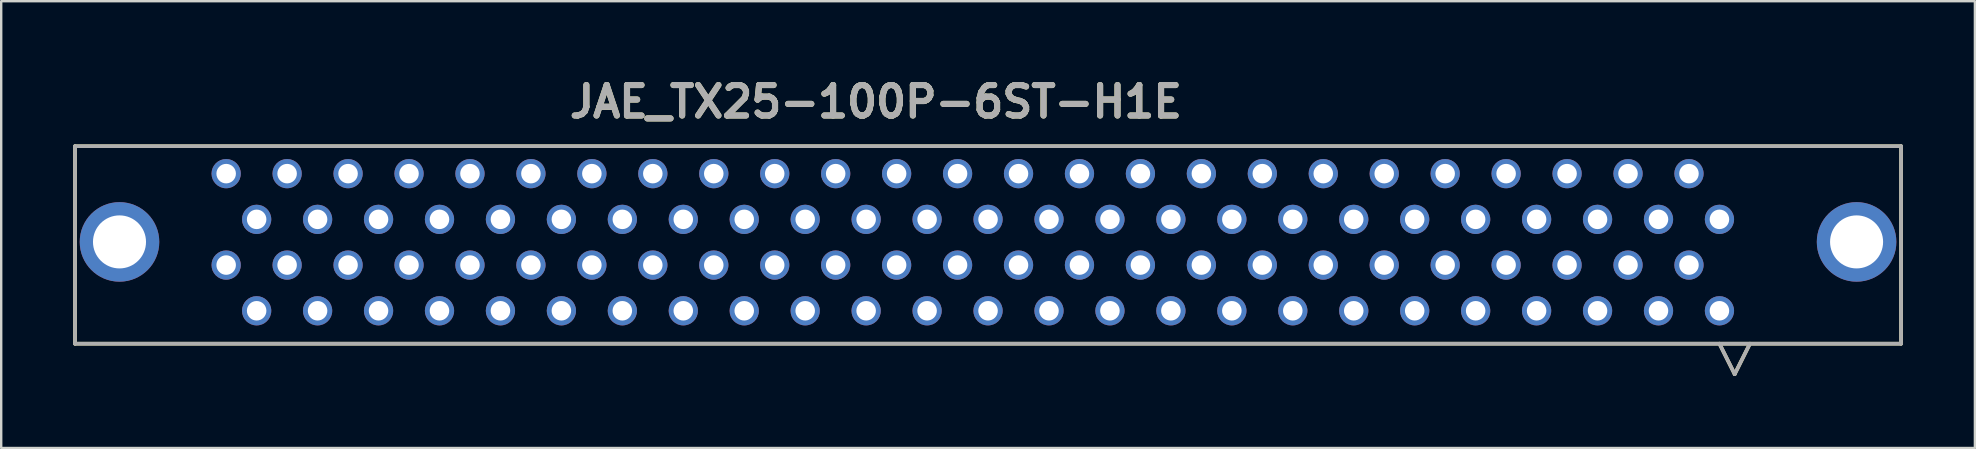
<source format=kicad_pcb>
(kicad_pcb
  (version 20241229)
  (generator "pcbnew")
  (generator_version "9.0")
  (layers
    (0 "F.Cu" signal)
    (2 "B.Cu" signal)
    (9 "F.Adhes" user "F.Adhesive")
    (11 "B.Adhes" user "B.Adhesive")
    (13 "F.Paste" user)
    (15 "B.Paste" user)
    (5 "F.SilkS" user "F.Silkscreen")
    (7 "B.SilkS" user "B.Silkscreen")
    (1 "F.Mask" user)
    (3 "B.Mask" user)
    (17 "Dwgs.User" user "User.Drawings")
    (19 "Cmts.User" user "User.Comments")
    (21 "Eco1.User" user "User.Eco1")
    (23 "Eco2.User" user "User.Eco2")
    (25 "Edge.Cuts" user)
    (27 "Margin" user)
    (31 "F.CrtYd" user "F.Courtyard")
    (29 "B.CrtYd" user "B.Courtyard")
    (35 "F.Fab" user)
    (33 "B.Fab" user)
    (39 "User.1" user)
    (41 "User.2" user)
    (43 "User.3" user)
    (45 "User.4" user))
  (footprint "JAE_TX25-100P-6ST-H1E"
    (layer "F.Cu")
    (at 38.125 3.043)
    (property "Reference" "JAE_TX25-100P-6ST-H1E" (at -4.674 -1.854 0) (layer "F.SilkS") (effects (font (size 1.27 1.27) (thickness 0.254))))
    (attr through_hole)
    (fp_line (start -38.049 0) (end -38.049 8.23) (stroke (width 0.152) (type solid)) (layer "F.SilkS"))
    (fp_line (start -38.049 8.23) (end 38.049 8.23) (stroke (width 0.152) (type solid)) (layer "F.SilkS"))
    (fp_line (start 30.48 8.23) (end 31.115 9.5) (stroke (width 0.152) (type solid)) (layer "F.SilkS"))
    (fp_line (start 31.75 8.23) (end 31.115 9.5) (stroke (width 0.152) (type solid)) (layer "F.SilkS"))
    (fp_line (start 38.049 0) (end -38.049 0) (stroke (width 0.152) (type solid)) (layer "F.SilkS"))
    (fp_line (start 38.049 8.23) (end 38.049 0) (stroke (width 0.152) (type solid)) (layer "F.SilkS"))
    (fp_line (start -38.049 0) (end -38.049 8.23) (stroke (width 0.152) (type solid)) (layer "F.Fab"))
    (fp_line (start -38.049 8.23) (end 38.049 8.23) (stroke (width 0.152) (type solid)) (layer "F.Fab"))
    (fp_line (start 30.48 8.23) (end 31.115 9.5) (stroke (width 0.152) (type solid)) (layer "F.Fab"))
    (fp_line (start 31.75 8.23) (end 31.115 9.5) (stroke (width 0.152) (type solid)) (layer "F.Fab"))
    (fp_line (start 38.049 0) (end -38.049 0) (stroke (width 0.152) (type solid)) (layer "F.Fab"))
    (fp_line (start 38.049 8.23) (end 38.049 0) (stroke (width 0.152) (type solid)) (layer "F.Fab"))
    (fp_text user "${REFERENCE}" (at -4.674 -1.854 0) (layer "F.Fab") (effects (font (size 1.27 1.27) (thickness 0.254))))
    (pad "1" thru_hole circle (at 30.48 6.858) (size 1.219 1.219) (drill 0.813) (layers "*.Cu" "*.Mask"))
    (pad "2" thru_hole circle (at 29.21 4.953) (size 1.219 1.219) (drill 0.813) (layers "*.Cu" "*.Mask"))
    (pad "3" thru_hole circle (at 27.94 6.858) (size 1.219 1.219) (drill 0.813) (layers "*.Cu" "*.Mask"))
    (pad "4" thru_hole circle (at 26.67 4.953) (size 1.219 1.219) (drill 0.813) (layers "*.Cu" "*.Mask"))
    (pad "5" thru_hole circle (at 25.4 6.858) (size 1.219 1.219) (drill 0.813) (layers "*.Cu" "*.Mask"))
    (pad "6" thru_hole circle (at 24.13 4.953) (size 1.219 1.219) (drill 0.813) (layers "*.Cu" "*.Mask"))
    (pad "7" thru_hole circle (at 22.86 6.858) (size 1.219 1.219) (drill 0.813) (layers "*.Cu" "*.Mask"))
    (pad "8" thru_hole circle (at 21.59 4.953) (size 1.219 1.219) (drill 0.813) (layers "*.Cu" "*.Mask"))
    (pad "9" thru_hole circle (at 20.32 6.858) (size 1.219 1.219) (drill 0.813) (layers "*.Cu" "*.Mask"))
    (pad "10" thru_hole circle (at 19.05 4.953) (size 1.219 1.219) (drill 0.813) (layers "*.Cu" "*.Mask"))
    (pad "11" thru_hole circle (at 17.78 6.858) (size 1.219 1.219) (drill 0.813) (layers "*.Cu" "*.Mask"))
    (pad "12" thru_hole circle (at 16.51 4.953) (size 1.219 1.219) (drill 0.813) (layers "*.Cu" "*.Mask"))
    (pad "13" thru_hole circle (at 15.24 6.858) (size 1.219 1.219) (drill 0.813) (layers "*.Cu" "*.Mask"))
    (pad "14" thru_hole circle (at 13.97 4.953) (size 1.219 1.219) (drill 0.813) (layers "*.Cu" "*.Mask"))
    (pad "15" thru_hole circle (at 12.7 6.858) (size 1.219 1.219) (drill 0.813) (layers "*.Cu" "*.Mask"))
    (pad "16" thru_hole circle (at 11.43 4.953) (size 1.219 1.219) (drill 0.813) (layers "*.Cu" "*.Mask"))
    (pad "17" thru_hole circle (at 10.16 6.858) (size 1.219 1.219) (drill 0.813) (layers "*.Cu" "*.Mask"))
    (pad "18" thru_hole circle (at 8.89 4.953) (size 1.219 1.219) (drill 0.813) (layers "*.Cu" "*.Mask"))
    (pad "19" thru_hole circle (at 7.62 6.858) (size 1.219 1.219) (drill 0.813) (layers "*.Cu" "*.Mask"))
    (pad "20" thru_hole circle (at 6.35 4.953) (size 1.219 1.219) (drill 0.813) (layers "*.Cu" "*.Mask"))
    (pad "21" thru_hole circle (at 5.08 6.858) (size 1.219 1.219) (drill 0.813) (layers "*.Cu" "*.Mask"))
    (pad "22" thru_hole circle (at 3.81 4.953) (size 1.219 1.219) (drill 0.813) (layers "*.Cu" "*.Mask"))
    (pad "23" thru_hole circle (at 2.54 6.858) (size 1.219 1.219) (drill 0.813) (layers "*.Cu" "*.Mask"))
    (pad "24" thru_hole circle (at 1.27 4.953) (size 1.219 1.219) (drill 0.813) (layers "*.Cu" "*.Mask"))
    (pad "25" thru_hole circle (at 0 6.858) (size 1.219 1.219) (drill 0.813) (layers "*.Cu" "*.Mask"))
    (pad "26" thru_hole circle (at -1.27 4.953) (size 1.219 1.219) (drill 0.813) (layers "*.Cu" "*.Mask"))
    (pad "27" thru_hole circle (at -2.54 6.858) (size 1.219 1.219) (drill 0.813) (layers "*.Cu" "*.Mask"))
    (pad "28" thru_hole circle (at -3.81 4.953) (size 1.219 1.219) (drill 0.813) (layers "*.Cu" "*.Mask"))
    (pad "29" thru_hole circle (at -5.08 6.858) (size 1.219 1.219) (drill 0.813) (layers "*.Cu" "*.Mask"))
    (pad "30" thru_hole circle (at -6.35 4.953) (size 1.219 1.219) (drill 0.813) (layers "*.Cu" "*.Mask"))
    (pad "31" thru_hole circle (at -7.62 6.858) (size 1.219 1.219) (drill 0.813) (layers "*.Cu" "*.Mask"))
    (pad "32" thru_hole circle (at -8.89 4.953) (size 1.219 1.219) (drill 0.813) (layers "*.Cu" "*.Mask"))
    (pad "33" thru_hole circle (at -10.16 6.858) (size 1.219 1.219) (drill 0.813) (layers "*.Cu" "*.Mask"))
    (pad "34" thru_hole circle (at -11.43 4.953) (size 1.219 1.219) (drill 0.813) (layers "*.Cu" "*.Mask"))
    (pad "35" thru_hole circle (at -12.7 6.858) (size 1.219 1.219) (drill 0.813) (layers "*.Cu" "*.Mask"))
    (pad "36" thru_hole circle (at -13.97 4.953) (size 1.219 1.219) (drill 0.813) (layers "*.Cu" "*.Mask"))
    (pad "37" thru_hole circle (at -15.24 6.858) (size 1.219 1.219) (drill 0.813) (layers "*.Cu" "*.Mask"))
    (pad "38" thru_hole circle (at -16.51 4.953) (size 1.219 1.219) (drill 0.813) (layers "*.Cu" "*.Mask"))
    (pad "39" thru_hole circle (at -17.78 6.858) (size 1.219 1.219) (drill 0.813) (layers "*.Cu" "*.Mask"))
    (pad "40" thru_hole circle (at -19.05 4.953) (size 1.219 1.219) (drill 0.813) (layers "*.Cu" "*.Mask"))
    (pad "41" thru_hole circle (at -20.32 6.858) (size 1.219 1.219) (drill 0.813) (layers "*.Cu" "*.Mask"))
    (pad "42" thru_hole circle (at -21.59 4.953) (size 1.219 1.219) (drill 0.813) (layers "*.Cu" "*.Mask"))
    (pad "43" thru_hole circle (at -22.86 6.858) (size 1.219 1.219) (drill 0.813) (layers "*.Cu" "*.Mask"))
    (pad "44" thru_hole circle (at -24.13 4.953) (size 1.219 1.219) (drill 0.813) (layers "*.Cu" "*.Mask"))
    (pad "45" thru_hole circle (at -25.4 6.858) (size 1.219 1.219) (drill 0.813) (layers "*.Cu" "*.Mask"))
    (pad "46" thru_hole circle (at -26.67 4.953) (size 1.219 1.219) (drill 0.813) (layers "*.Cu" "*.Mask"))
    (pad "47" thru_hole circle (at -27.94 6.858) (size 1.219 1.219) (drill 0.813) (layers "*.Cu" "*.Mask"))
    (pad "48" thru_hole circle (at -29.21 4.953) (size 1.219 1.219) (drill 0.813) (layers "*.Cu" "*.Mask"))
    (pad "49" thru_hole circle (at -30.48 6.858) (size 1.219 1.219) (drill 0.813) (layers "*.Cu" "*.Mask"))
    (pad "50" thru_hole circle (at -31.75 4.953) (size 1.219 1.219) (drill 0.813) (layers "*.Cu" "*.Mask"))
    (pad "51" thru_hole circle (at 30.48 3.048) (size 1.219 1.219) (drill 0.813) (layers "*.Cu" "*.Mask"))
    (pad "52" thru_hole circle (at 29.21 1.143) (size 1.219 1.219) (drill 0.813) (layers "*.Cu" "*.Mask"))
    (pad "53" thru_hole circle (at 27.94 3.048) (size 1.219 1.219) (drill 0.813) (layers "*.Cu" "*.Mask"))
    (pad "54" thru_hole circle (at 26.67 1.143) (size 1.219 1.219) (drill 0.813) (layers "*.Cu" "*.Mask"))
    (pad "55" thru_hole circle (at 25.4 3.048) (size 1.219 1.219) (drill 0.813) (layers "*.Cu" "*.Mask"))
    (pad "56" thru_hole circle (at 24.13 1.143) (size 1.219 1.219) (drill 0.813) (layers "*.Cu" "*.Mask"))
    (pad "57" thru_hole circle (at 22.86 3.048) (size 1.219 1.219) (drill 0.813) (layers "*.Cu" "*.Mask"))
    (pad "58" thru_hole circle (at 21.59 1.143) (size 1.219 1.219) (drill 0.813) (layers "*.Cu" "*.Mask"))
    (pad "59" thru_hole circle (at 20.32 3.048) (size 1.219 1.219) (drill 0.813) (layers "*.Cu" "*.Mask"))
    (pad "60" thru_hole circle (at 19.05 1.143) (size 1.219 1.219) (drill 0.813) (layers "*.Cu" "*.Mask"))
    (pad "61" thru_hole circle (at 17.78 3.048) (size 1.219 1.219) (drill 0.813) (layers "*.Cu" "*.Mask"))
    (pad "62" thru_hole circle (at 16.51 1.143) (size 1.219 1.219) (drill 0.813) (layers "*.Cu" "*.Mask"))
    (pad "63" thru_hole circle (at 15.24 3.048) (size 1.219 1.219) (drill 0.813) (layers "*.Cu" "*.Mask"))
    (pad "64" thru_hole circle (at 13.97 1.143) (size 1.219 1.219) (drill 0.813) (layers "*.Cu" "*.Mask"))
    (pad "65" thru_hole circle (at 12.7 3.048) (size 1.219 1.219) (drill 0.813) (layers "*.Cu" "*.Mask"))
    (pad "66" thru_hole circle (at 11.43 1.143) (size 1.219 1.219) (drill 0.813) (layers "*.Cu" "*.Mask"))
    (pad "67" thru_hole circle (at 10.16 3.048) (size 1.219 1.219) (drill 0.813) (layers "*.Cu" "*.Mask"))
    (pad "68" thru_hole circle (at 8.89 1.143) (size 1.219 1.219) (drill 0.813) (layers "*.Cu" "*.Mask"))
    (pad "69" thru_hole circle (at 7.62 3.048) (size 1.219 1.219) (drill 0.813) (layers "*.Cu" "*.Mask"))
    (pad "70" thru_hole circle (at 6.35 1.143) (size 1.219 1.219) (drill 0.813) (layers "*.Cu" "*.Mask"))
    (pad "71" thru_hole circle (at 5.08 3.048) (size 1.219 1.219) (drill 0.813) (layers "*.Cu" "*.Mask"))
    (pad "72" thru_hole circle (at 3.81 1.143) (size 1.219 1.219) (drill 0.813) (layers "*.Cu" "*.Mask"))
    (pad "73" thru_hole circle (at 2.54 3.048) (size 1.219 1.219) (drill 0.813) (layers "*.Cu" "*.Mask"))
    (pad "74" thru_hole circle (at 1.27 1.143) (size 1.219 1.219) (drill 0.813) (layers "*.Cu" "*.Mask"))
    (pad "75" thru_hole circle (at 0 3.048) (size 1.219 1.219) (drill 0.813) (layers "*.Cu" "*.Mask"))
    (pad "76" thru_hole circle (at -1.27 1.143) (size 1.219 1.219) (drill 0.813) (layers "*.Cu" "*.Mask"))
    (pad "77" thru_hole circle (at -2.54 3.048) (size 1.219 1.219) (drill 0.813) (layers "*.Cu" "*.Mask"))
    (pad "78" thru_hole circle (at -3.81 1.143) (size 1.219 1.219) (drill 0.813) (layers "*.Cu" "*.Mask"))
    (pad "79" thru_hole circle (at -5.08 3.048) (size 1.219 1.219) (drill 0.813) (layers "*.Cu" "*.Mask"))
    (pad "80" thru_hole circle (at -6.35 1.143) (size 1.219 1.219) (drill 0.813) (layers "*.Cu" "*.Mask"))
    (pad "81" thru_hole circle (at -7.62 3.048) (size 1.219 1.219) (drill 0.813) (layers "*.Cu" "*.Mask"))
    (pad "82" thru_hole circle (at -8.89 1.143) (size 1.219 1.219) (drill 0.813) (layers "*.Cu" "*.Mask"))
    (pad "83" thru_hole circle (at -10.16 3.048) (size 1.219 1.219) (drill 0.813) (layers "*.Cu" "*.Mask"))
    (pad "84" thru_hole circle (at -11.43 1.143) (size 1.219 1.219) (drill 0.813) (layers "*.Cu" "*.Mask"))
    (pad "85" thru_hole circle (at -12.7 3.048) (size 1.219 1.219) (drill 0.813) (layers "*.Cu" "*.Mask"))
    (pad "86" thru_hole circle (at -13.97 1.143) (size 1.219 1.219) (drill 0.813) (layers "*.Cu" "*.Mask"))
    (pad "87" thru_hole circle (at -15.24 3.048) (size 1.219 1.219) (drill 0.813) (layers "*.Cu" "*.Mask"))
    (pad "88" thru_hole circle (at -16.51 1.143) (size 1.219 1.219) (drill 0.813) (layers "*.Cu" "*.Mask"))
    (pad "89" thru_hole circle (at -17.78 3.048) (size 1.219 1.219) (drill 0.813) (layers "*.Cu" "*.Mask"))
    (pad "90" thru_hole circle (at -19.05 1.143) (size 1.219 1.219) (drill 0.813) (layers "*.Cu" "*.Mask"))
    (pad "91" thru_hole circle (at -20.32 3.048) (size 1.219 1.219) (drill 0.813) (layers "*.Cu" "*.Mask"))
    (pad "92" thru_hole circle (at -21.59 1.143) (size 1.219 1.219) (drill 0.813) (layers "*.Cu" "*.Mask"))
    (pad "93" thru_hole circle (at -22.86 3.048) (size 1.219 1.219) (drill 0.813) (layers "*.Cu" "*.Mask"))
    (pad "94" thru_hole circle (at -24.13 1.143) (size 1.219 1.219) (drill 0.813) (layers "*.Cu" "*.Mask"))
    (pad "95" thru_hole circle (at -25.4 3.048) (size 1.219 1.219) (drill 0.813) (layers "*.Cu" "*.Mask"))
    (pad "96" thru_hole circle (at -26.67 1.143) (size 1.219 1.219) (drill 0.813) (layers "*.Cu" "*.Mask"))
    (pad "97" thru_hole circle (at -27.94 3.048) (size 1.219 1.219) (drill 0.813) (layers "*.Cu" "*.Mask"))
    (pad "98" thru_hole circle (at -29.21 1.143) (size 1.219 1.219) (drill 0.813) (layers "*.Cu" "*.Mask"))
    (pad "99" thru_hole circle (at -30.48 3.048) (size 1.219 1.219) (drill 0.813) (layers "*.Cu" "*.Mask"))
    (pad "100" thru_hole circle (at -31.75 1.143) (size 1.219 1.219) (drill 0.813) (layers "*.Cu" "*.Mask"))
    (pad "101" thru_hole circle (at -36.195 3.988) (size 3.315 3.315) (drill 2.21) (layers "*.Cu" "*.Mask"))
    (pad "102" thru_hole circle (at 36.195 3.988) (size 3.315 3.315) (drill 2.21) (layers "*.Cu" "*.Mask")))
  (gr_rect
    (start -3 -3)
    (end 79.251 15.619)
    (stroke (width 0.1) (type default))
    (fill no)
    (layer "Edge.Cuts")))
</source>
